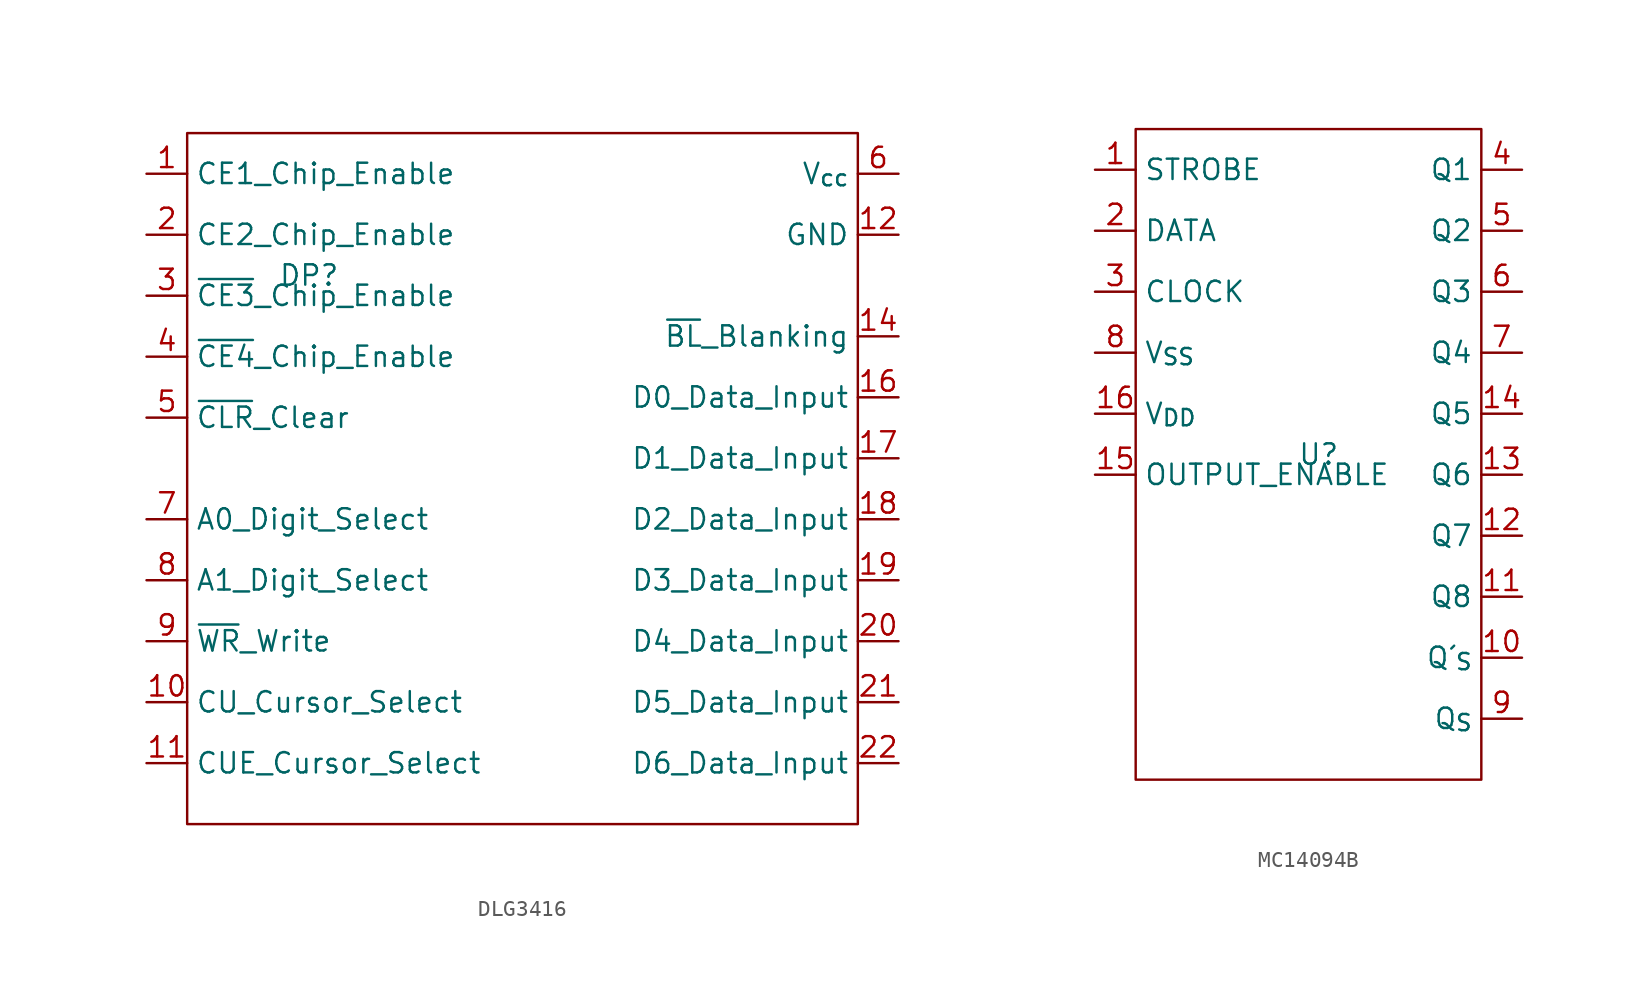
<source format=kicad_sym>
(kicad_symbol_lib
  (version 20220914)
  (generator kicad_symbol_editor)
  (symbol "DLG3416"
    (property "Reference" "DP"
      (at 0 -8.89 0)
      (effects (font (size 1.27 1.27))))
    (property "Value" ""
      (at 0 -8.89 0)
      (effects (font (size 1.27 1.27))))
    (symbol "DLG3416_0_1"
      (rectangle (start -7.62 0) (end 34.29 -43.18) (stroke (width 0) (type default)) (fill (type none))))
    (symbol "DLG3416_1_1"
      (pin input line (at -10.16 -2.54 0) (length 2.54) (name "CE1_Chip_Enable" (effects (font (size 1.27 1.27)))) (number "1" (effects (font (size 1.27 1.27)))))
      (pin input line (at -10.16 -35.56 0) (length 2.54) (name "CU_Cursor_Select" (effects (font (size 1.27 1.27)))) (number "10" (effects (font (size 1.27 1.27)))))
      (pin input line (at -10.16 -39.37 0) (length 2.54) (name "CUE_Cursor_Select" (effects (font (size 1.27 1.27)))) (number "11" (effects (font (size 1.27 1.27)))))
      (pin input line (at 36.83 -6.35 180) (length 2.54) (name "GND" (effects (font (size 1.27 1.27)))) (number "12" (effects (font (size 1.27 1.27)))))
      (pin input line (at 36.83 -12.7 180) (length 2.54) (name "~{BL}_Blanking" (effects (font (size 1.27 1.27)))) (number "14" (effects (font (size 1.27 1.27)))))
      (pin input line (at 36.83 -16.51 180) (length 2.54) (name "D0_Data_Input" (effects (font (size 1.27 1.27)))) (number "16" (effects (font (size 1.27 1.27)))))
      (pin input line (at 36.83 -20.32 180) (length 2.54) (name "D1_Data_Input" (effects (font (size 1.27 1.27)))) (number "17" (effects (font (size 1.27 1.27)))))
      (pin input line (at 36.83 -24.13 180) (length 2.54) (name "D2_Data_Input" (effects (font (size 1.27 1.27)))) (number "18" (effects (font (size 1.27 1.27)))))
      (pin input line (at 36.83 -27.94 180) (length 2.54) (name "D3_Data_Input" (effects (font (size 1.27 1.27)))) (number "19" (effects (font (size 1.27 1.27)))))
      (pin input line (at -10.16 -6.35 0) (length 2.54) (name "CE2_Chip_Enable" (effects (font (size 1.27 1.27)))) (number "2" (effects (font (size 1.27 1.27)))))
      (pin input line (at 36.83 -31.75 180) (length 2.54) (name "D4_Data_Input" (effects (font (size 1.27 1.27)))) (number "20" (effects (font (size 1.27 1.27)))))
      (pin input line (at 36.83 -35.56 180) (length 2.54) (name "D5_Data_Input" (effects (font (size 1.27 1.27)))) (number "21" (effects (font (size 1.27 1.27)))))
      (pin input line (at 36.83 -39.37 180) (length 2.54) (name "D6_Data_Input" (effects (font (size 1.27 1.27)))) (number "22" (effects (font (size 1.27 1.27)))))
      (pin input line (at -10.16 -10.16 0) (length 2.54) (name "~{CE3}_Chip_Enable" (effects (font (size 1.27 1.27)))) (number "3" (effects (font (size 1.27 1.27)))))
      (pin input line (at -10.16 -13.97 0) (length 2.54) (name "~{CE4}_Chip_Enable" (effects (font (size 1.27 1.27)))) (number "4" (effects (font (size 1.27 1.27)))))
      (pin input line (at -10.16 -17.78 0) (length 2.54) (name "~{CLR}_Clear" (effects (font (size 1.27 1.27)))) (number "5" (effects (font (size 1.27 1.27)))))
      (pin input line (at 36.83 -2.54 180) (length 2.54) (name "V_{cc}" (effects (font (size 1.27 1.27)))) (number "6" (effects (font (size 1.27 1.27)))))
      (pin input line (at -10.16 -24.13 0) (length 2.54) (name "A0_Digit_Select" (effects (font (size 1.27 1.27)))) (number "7" (effects (font (size 1.27 1.27)))))
      (pin input line (at -10.16 -27.94 0) (length 2.54) (name "A1_Digit_Select" (effects (font (size 1.27 1.27)))) (number "8" (effects (font (size 1.27 1.27)))))
      (pin input line (at -10.16 -31.75 0) (length 2.54) (name "~{WR}_Write" (effects (font (size 1.27 1.27)))) (number "9" (effects (font (size 1.27 1.27)))))))
  (symbol "MC14094B"
    (property "Reference" "U"
      (at 7.62 5.08 0)
      (effects (font (size 1.27 1.27))))
    (property "Value" ""
      (at 0 13.97 0)
      (effects (font (size 1.27 1.27))))
    (symbol "MC14094B_0_1"
      (rectangle (start -3.81 25.4) (end 17.78 -15.24) (stroke (width 0) (type default)) (fill (type none))))
    (symbol "MC14094B_1_1"
      (pin input line (at -6.35 22.86 0) (length 2.54) (name "STROBE" (effects (font (size 1.27 1.27)))) (number "1" (effects (font (size 1.27 1.27)))))
      (pin input line (at 20.32 -7.62 180) (length 2.54) (name "Q´_{S}" (effects (font (size 1.27 1.27)))) (number "10" (effects (font (size 1.27 1.27)))))
      (pin input line (at 20.32 -3.81 180) (length 2.54) (name "Q8" (effects (font (size 1.27 1.27)))) (number "11" (effects (font (size 1.27 1.27)))))
      (pin input line (at 20.32 0 180) (length 2.54) (name "Q7" (effects (font (size 1.27 1.27)))) (number "12" (effects (font (size 1.27 1.27)))))
      (pin input line (at 20.32 3.81 180) (length 2.54) (name "Q6" (effects (font (size 1.27 1.27)))) (number "13" (effects (font (size 1.27 1.27)))))
      (pin input line (at 20.32 7.62 180) (length 2.54) (name "Q5" (effects (font (size 1.27 1.27)))) (number "14" (effects (font (size 1.27 1.27)))))
      (pin input line (at -6.35 3.81 0) (length 2.54) (name "OUTPUT_ENABLE" (effects (font (size 1.27 1.27)))) (number "15" (effects (font (size 1.27 1.27)))))
      (pin input line (at -6.35 7.62 0) (length 2.54) (name "V_{DD}" (effects (font (size 1.27 1.27)))) (number "16" (effects (font (size 1.27 1.27)))))
      (pin input line (at -6.35 19.05 0) (length 2.54) (name "DATA" (effects (font (size 1.27 1.27)))) (number "2" (effects (font (size 1.27 1.27)))))
      (pin input line (at -6.35 15.24 0) (length 2.54) (name "CLOCK" (effects (font (size 1.27 1.27)))) (number "3" (effects (font (size 1.27 1.27)))))
      (pin input line (at 20.32 22.86 180) (length 2.54) (name "Q1" (effects (font (size 1.27 1.27)))) (number "4" (effects (font (size 1.27 1.27)))))
      (pin input line (at 20.32 19.05 180) (length 2.54) (name "Q2" (effects (font (size 1.27 1.27)))) (number "5" (effects (font (size 1.27 1.27)))))
      (pin input line (at 20.32 15.24 180) (length 2.54) (name "Q3" (effects (font (size 1.27 1.27)))) (number "6" (effects (font (size 1.27 1.27)))))
      (pin input line (at 20.32 11.43 180) (length 2.54) (name "Q4" (effects (font (size 1.27 1.27)))) (number "7" (effects (font (size 1.27 1.27)))))
      (pin input line (at -6.35 11.43 0) (length 2.54) (name "V_{SS}" (effects (font (size 1.27 1.27)))) (number "8" (effects (font (size 1.27 1.27)))))
      (pin input line (at 20.32 -11.43 180) (length 2.54) (name "Q_{S}" (effects (font (size 1.27 1.27)))) (number "9" (effects (font (size 1.27 1.27))))))))
</source>
